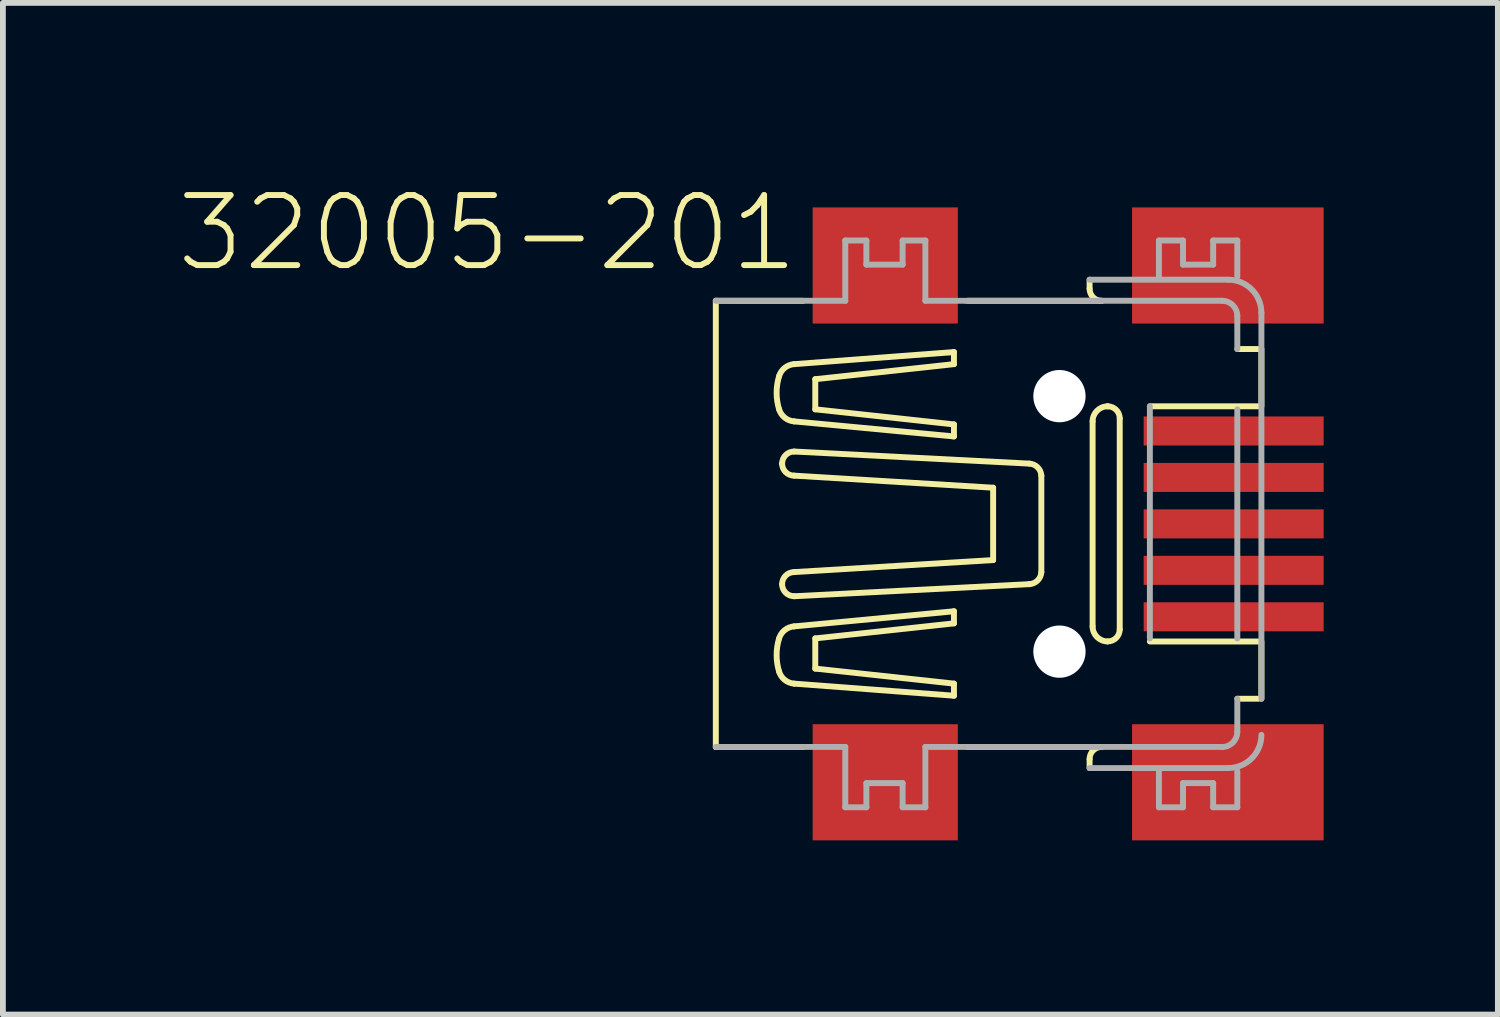
<source format=kicad_pcb>
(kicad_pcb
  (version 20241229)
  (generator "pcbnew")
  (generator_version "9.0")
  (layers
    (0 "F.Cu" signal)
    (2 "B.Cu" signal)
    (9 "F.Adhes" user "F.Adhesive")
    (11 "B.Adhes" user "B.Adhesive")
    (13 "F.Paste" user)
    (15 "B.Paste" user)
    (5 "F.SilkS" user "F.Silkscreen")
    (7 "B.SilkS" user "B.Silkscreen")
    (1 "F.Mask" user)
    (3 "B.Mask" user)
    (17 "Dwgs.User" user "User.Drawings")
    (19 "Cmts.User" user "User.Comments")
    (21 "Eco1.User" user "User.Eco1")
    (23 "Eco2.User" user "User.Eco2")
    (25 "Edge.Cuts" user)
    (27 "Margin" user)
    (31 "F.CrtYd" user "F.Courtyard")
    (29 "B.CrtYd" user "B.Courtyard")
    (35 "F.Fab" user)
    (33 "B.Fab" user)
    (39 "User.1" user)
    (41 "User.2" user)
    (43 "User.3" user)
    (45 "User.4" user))
  (footprint "32005-201"
    (layer "F.Cu")
    (at 15.195 5.972)
    (property "Reference" "32005-201" (at -4.445 -5.715 0) (layer "F.SilkS") (effects (font (size 1.206 1.206) (thickness 0.102)) (justify right top)))
    (attr through_hole)
    (fp_line (start -5.918 -3.842) (end -4.415 -3.841) (stroke (width 0.102) (type solid)) (layer "F.SilkS"))
    (fp_line (start -5.918 3.841) (end -5.918 -3.842) (stroke (width 0.102) (type solid)) (layer "F.SilkS"))
    (fp_line (start -5.918 3.841) (end -4.415 3.841) (stroke (width 0.102) (type solid)) (layer "F.SilkS"))
    (fp_line (start -5.918 3.841) (end -5.918 3.841) (stroke (width 0.102) (type solid)) (layer "F.SilkS"))
    (fp_line (start -4.776 -1.038) (end -4.776 -1.038) (stroke (width 0.102) (type solid)) (layer "F.SilkS"))
    (fp_line (start -4.569 -1.765) (end -1.817 -1.506) (stroke (width 0.102) (type solid)) (layer "F.SilkS"))
    (fp_line (start -4.569 -0.831) (end -1.142 -0.623) (stroke (width 0.102) (type solid)) (layer "F.SilkS"))
    (fp_line (start -4.569 0.83) (end -1.142 0.623) (stroke (width 0.102) (type solid)) (layer "F.SilkS"))
    (fp_line (start -4.569 1.765) (end -1.817 1.505) (stroke (width 0.102) (type solid)) (layer "F.SilkS"))
    (fp_line (start -4.568 -1.246) (end -0.519 -1.038) (stroke (width 0.102) (type solid)) (layer "F.SilkS"))
    (fp_line (start -4.568 1.246) (end -0.519 1.038) (stroke (width 0.102) (type solid)) (layer "F.SilkS"))
    (fp_line (start -4.205 -2.492) (end -1.817 -2.751) (stroke (width 0.102) (type solid)) (layer "F.SilkS"))
    (fp_line (start -4.205 -1.973) (end -4.205 -2.492) (stroke (width 0.102) (type solid)) (layer "F.SilkS"))
    (fp_line (start -4.205 1.972) (end -4.205 2.492) (stroke (width 0.102) (type solid)) (layer "F.SilkS"))
    (fp_line (start -4.205 2.492) (end -1.817 2.751) (stroke (width 0.102) (type solid)) (layer "F.SilkS"))
    (fp_line (start -1.817 -2.959) (end -4.569 -2.751) (stroke (width 0.102) (type solid)) (layer "F.SilkS"))
    (fp_line (start -1.817 -2.751) (end -1.817 -2.959) (stroke (width 0.102) (type solid)) (layer "F.SilkS"))
    (fp_line (start -1.817 -1.713) (end -4.205 -1.973) (stroke (width 0.102) (type solid)) (layer "F.SilkS"))
    (fp_line (start -1.817 -1.506) (end -1.817 -1.713) (stroke (width 0.102) (type solid)) (layer "F.SilkS"))
    (fp_line (start -1.817 1.505) (end -1.817 1.713) (stroke (width 0.102) (type solid)) (layer "F.SilkS"))
    (fp_line (start -1.817 1.713) (end -4.205 1.972) (stroke (width 0.102) (type solid)) (layer "F.SilkS"))
    (fp_line (start -1.817 2.751) (end -1.817 2.959) (stroke (width 0.102) (type solid)) (layer "F.SilkS"))
    (fp_line (start -1.817 2.959) (end -4.569 2.751) (stroke (width 0.102) (type solid)) (layer "F.SilkS"))
    (fp_line (start -1.583 3.841) (end 0.727 3.841) (stroke (width 0.102) (type solid)) (layer "F.SilkS"))
    (fp_line (start -1.583 -3.842) (end 0.727 -3.842) (stroke (width 0.102) (type solid)) (layer "F.SilkS"))
    (fp_line (start -1.142 0.623) (end -1.142 -0.623) (stroke (width 0.102) (type solid)) (layer "F.SilkS"))
    (fp_line (start -0.312 0.83) (end -0.312 -0.831) (stroke (width 0.102) (type solid)) (layer "F.SilkS"))
    (fp_line (start 0.519 -4.049) (end 0.519 -4.205) (stroke (width 0.102) (type solid)) (layer "F.SilkS"))
    (fp_line (start 0.519 4.049) (end 0.519 4.205) (stroke (width 0.102) (type solid)) (layer "F.SilkS"))
    (fp_line (start 0.571 -1.765) (end 0.571 1.765) (stroke (width 0.102) (type solid)) (layer "F.SilkS"))
    (fp_line (start 0.831 -2.025) (end 0.83 -2.025) (stroke (width 0.102) (type solid)) (layer "F.SilkS"))
    (fp_line (start 1.038 1.817) (end 1.038 -1.817) (stroke (width 0.102) (type solid)) (layer "F.SilkS"))
    (fp_line (start 1.557 -2.025) (end 3.426 -2.025) (stroke (width 0.102) (type solid)) (layer "F.SilkS"))
    (fp_line (start 1.557 2.025) (end 3.426 2.025) (stroke (width 0.102) (type solid)) (layer "F.SilkS"))
    (fp_line (start 3.063 -3.011) (end 3.426 -3.011) (stroke (width 0.102) (type solid)) (layer "F.SilkS"))
    (fp_line (start 3.063 3.011) (end 3.426 3.011) (stroke (width 0.102) (type solid)) (layer "F.SilkS"))
    (fp_line (start 3.478 2.025) (end 3.478 3.011) (stroke (width 0.102) (type solid)) (layer "F.SilkS"))
    (fp_line (start 3.478 -3.011) (end 3.478 -2.025) (stroke (width 0.102) (type solid)) (layer "F.SilkS"))
    (fp_arc (start -4.828 -2.5438) (mid -4.730297 -2.687659) (end -4.5685 -2.7514) (stroke (width 0.1016) (type solid)) (layer "F.SilkS"))
    (fp_arc (start -4.828 -1.9727) (mid -4.870802 -2.25825) (end -4.828 -2.5438) (stroke (width 0.1016) (type solid)) (layer "F.SilkS"))
    (fp_arc (start -4.828 1.9725) (mid -4.730298 1.828641) (end -4.568501 1.764899) (stroke (width 0.1016) (type solid)) (layer "F.SilkS"))
    (fp_arc (start -4.828 2.5436) (mid -4.870802 2.25805) (end -4.828 1.9725) (stroke (width 0.1016) (type solid)) (layer "F.SilkS"))
    (fp_arc (start -4.7761 -1.0383) (mid -4.715295 -1.185095) (end -4.5685 -1.2459) (stroke (width 0.1016) (type solid)) (layer "F.SilkS"))
    (fp_arc (start -4.7761 1.038) (mid -4.715295 0.891205) (end -4.5685 0.8304) (stroke (width 0.1016) (type solid)) (layer "F.SilkS"))
    (fp_arc (start -4.568501 -1.765099) (mid -4.730298 -1.828841) (end -4.828 -1.9727) (stroke (width 0.1016) (type solid)) (layer "F.SilkS"))
    (fp_arc (start -4.5685 -0.8306) (mid -4.715295 -0.891405) (end -4.7761 -1.0382) (stroke (width 0.1016) (type solid)) (layer "F.SilkS"))
    (fp_arc (start -4.5685 1.2457) (mid -4.715295 1.184895) (end -4.7761 1.0381) (stroke (width 0.1016) (type solid)) (layer "F.SilkS"))
    (fp_arc (start -4.5685 2.7512) (mid -4.730297 2.687459) (end -4.828 2.5436) (stroke (width 0.1016) (type solid)) (layer "F.SilkS"))
    (fp_arc (start -0.5192 -1.0383) (mid -0.375653 -0.974177) (end -0.311598 -0.8306) (stroke (width 0.1016) (type solid)) (layer "F.SilkS"))
    (fp_arc (start -0.311599 0.830399) (mid -0.375679 0.973951) (end -0.5192 1.0381) (stroke (width 0.1016) (type solid)) (layer "F.SilkS"))
    (fp_arc (start 0.519 4.049) (mid 0.579805 3.902205) (end 0.7266 3.8414) (stroke (width 0.1016) (type solid)) (layer "F.SilkS"))
    (fp_arc (start 0.570899 -1.765099) (mid 0.646934 -1.948565) (end 0.8304 -2.0246) (stroke (width 0.1016) (type solid)) (layer "F.SilkS"))
    (fp_arc (start 0.7266 -3.8416) (mid 0.579805 -3.902405) (end 0.519 -4.0492) (stroke (width 0.1016) (type solid)) (layer "F.SilkS"))
    (fp_arc (start 0.8304 2.0244) (mid 0.646993 1.948306) (end 0.570899 1.764899) (stroke (width 0.1016) (type solid)) (layer "F.SilkS"))
    (fp_arc (start 0.8305 -2.0246) (mid 0.977325 -1.963825) (end 1.0381 -1.817) (stroke (width 0.1016) (type solid)) (layer "F.SilkS"))
    (fp_arc (start 1.0381 1.8168) (mid 0.977325 1.963625) (end 0.8305 2.0244) (stroke (width 0.1016) (type solid)) (layer "F.SilkS"))
    (fp_line (start -5.918 -3.842) (end -3.688 -3.842) (stroke (width 0.102) (type solid)) (layer "F.Fab"))
    (fp_line (start -5.918 3.841) (end -3.688 3.841) (stroke (width 0.102) (type solid)) (layer "F.Fab"))
    (fp_line (start -3.688 -4.88) (end -3.325 -4.88) (stroke (width 0.102) (type solid)) (layer "F.Fab"))
    (fp_line (start -3.688 -3.842) (end -3.688 -4.88) (stroke (width 0.102) (type solid)) (layer "F.Fab"))
    (fp_line (start -3.688 3.841) (end -3.688 4.88) (stroke (width 0.102) (type solid)) (layer "F.Fab"))
    (fp_line (start -3.688 4.88) (end -3.325 4.88) (stroke (width 0.102) (type solid)) (layer "F.Fab"))
    (fp_line (start -3.325 -4.88) (end -3.325 -4.465) (stroke (width 0.102) (type solid)) (layer "F.Fab"))
    (fp_line (start -3.325 -4.465) (end -2.701 -4.465) (stroke (width 0.102) (type solid)) (layer "F.Fab"))
    (fp_line (start -3.325 4.464) (end -2.701 4.464) (stroke (width 0.102) (type solid)) (layer "F.Fab"))
    (fp_line (start -3.325 4.88) (end -3.325 4.464) (stroke (width 0.102) (type solid)) (layer "F.Fab"))
    (fp_line (start -2.701 -4.88) (end -2.309 -4.88) (stroke (width 0.102) (type solid)) (layer "F.Fab"))
    (fp_line (start -2.701 -4.465) (end -2.701 -4.88) (stroke (width 0.102) (type solid)) (layer "F.Fab"))
    (fp_line (start -2.701 4.464) (end -2.701 4.88) (stroke (width 0.102) (type solid)) (layer "F.Fab"))
    (fp_line (start -2.701 4.88) (end -2.309 4.88) (stroke (width 0.102) (type solid)) (layer "F.Fab"))
    (fp_line (start -2.309 -4.88) (end -2.309 -3.842) (stroke (width 0.102) (type solid)) (layer "F.Fab"))
    (fp_line (start -2.309 -3.842) (end 0.727 -3.841) (stroke (width 0.102) (type solid)) (layer "F.Fab"))
    (fp_line (start -2.309 3.841) (end 2.803 3.841) (stroke (width 0.102) (type solid)) (layer "F.Fab"))
    (fp_line (start -2.309 4.88) (end -2.309 3.841) (stroke (width 0.102) (type solid)) (layer "F.Fab"))
    (fp_line (start 0.519 -4.205) (end 2.907 -4.205) (stroke (width 0.102) (type solid)) (layer "F.Fab"))
    (fp_line (start 0.519 4.205) (end 2.907 4.205) (stroke (width 0.102) (type solid)) (layer "F.Fab"))
    (fp_line (start 1.557 1.972) (end 1.557 -2.025) (stroke (width 0.102) (type solid)) (layer "F.Fab"))
    (fp_line (start 1.713 -4.88) (end 2.128 -4.88) (stroke (width 0.102) (type solid)) (layer "F.Fab"))
    (fp_line (start 1.713 -4.257) (end 1.713 -4.88) (stroke (width 0.102) (type solid)) (layer "F.Fab"))
    (fp_line (start 1.713 4.257) (end 1.713 4.88) (stroke (width 0.102) (type solid)) (layer "F.Fab"))
    (fp_line (start 1.713 4.88) (end 2.128 4.88) (stroke (width 0.102) (type solid)) (layer "F.Fab"))
    (fp_line (start 2.128 -4.88) (end 2.128 -4.465) (stroke (width 0.102) (type solid)) (layer "F.Fab"))
    (fp_line (start 2.128 -4.465) (end 2.647 -4.465) (stroke (width 0.102) (type solid)) (layer "F.Fab"))
    (fp_line (start 2.128 4.464) (end 2.647 4.464) (stroke (width 0.102) (type solid)) (layer "F.Fab"))
    (fp_line (start 2.128 4.88) (end 2.128 4.464) (stroke (width 0.102) (type solid)) (layer "F.Fab"))
    (fp_line (start 2.647 -4.88) (end 3.063 -4.88) (stroke (width 0.102) (type solid)) (layer "F.Fab"))
    (fp_line (start 2.647 -4.465) (end 2.647 -4.88) (stroke (width 0.102) (type solid)) (layer "F.Fab"))
    (fp_line (start 2.647 4.464) (end 2.647 4.88) (stroke (width 0.102) (type solid)) (layer "F.Fab"))
    (fp_line (start 2.647 4.88) (end 3.063 4.88) (stroke (width 0.102) (type solid)) (layer "F.Fab"))
    (fp_line (start 2.803 -3.842) (end 0.727 -3.842) (stroke (width 0.102) (type solid)) (layer "F.Fab"))
    (fp_line (start 3.063 -4.88) (end 3.063 -4.257) (stroke (width 0.102) (type solid)) (layer "F.Fab"))
    (fp_line (start 3.063 -3.582) (end 3.063 -3.011) (stroke (width 0.102) (type solid)) (layer "F.Fab"))
    (fp_line (start 3.063 1.973) (end 3.063 -1.973) (stroke (width 0.102) (type solid)) (layer "F.Fab"))
    (fp_line (start 3.063 3.582) (end 3.063 3.011) (stroke (width 0.102) (type solid)) (layer "F.Fab"))
    (fp_line (start 3.063 4.88) (end 3.063 4.257) (stroke (width 0.102) (type solid)) (layer "F.Fab"))
    (fp_line (start 3.478 -3.634) (end 3.478 3.011) (stroke (width 0.102) (type solid)) (layer "F.Fab"))
    (fp_arc (start 2.8032 -3.8416) (mid 2.986694 -3.765594) (end 3.0627 -3.5821) (stroke (width 0.1016) (type solid)) (layer "F.Fab"))
    (fp_arc (start 2.907 -4.205) (mid 3.310829 -4.037729) (end 3.4781 -3.6339) (stroke (width 0.1016) (type solid)) (layer "F.Fab"))
    (fp_arc (start 3.0627 3.5819) (mid 2.986724 3.765424) (end 2.8032 3.8414) (stroke (width 0.1016) (type solid)) (layer "F.Fab"))
    (fp_arc (start 3.4781 3.6337) (mid 3.310858 4.037558) (end 2.907 4.2048) (stroke (width 0.1016) (type solid)) (layer "F.Fab"))
    (pad "" np_thru_hole circle (at 0 -2.2) (size 0.9 0.9) (drill 0.9) (layers "*.Cu"))
    (pad "" np_thru_hole circle (at 0 2.2) (size 0.9 0.9) (drill 0.9) (layers "*.Cu"))
    (pad "1" smd rect (at 3 -1.6) (size 3.1 0.5) (layers "F.Cu" "F.Mask" "F.Paste"))
    (pad "2" smd rect (at 3 -0.8) (size 3.1 0.5) (layers "F.Cu" "F.Mask" "F.Paste"))
    (pad "3" smd rect (at 3 0) (size 3.1 0.5) (layers "F.Cu" "F.Mask" "F.Paste"))
    (pad "4" smd rect (at 3 0.8) (size 3.1 0.5) (layers "F.Cu" "F.Mask" "F.Paste"))
    (pad "5" smd rect (at 3 1.6) (size 3.1 0.5) (layers "F.Cu" "F.Mask" "F.Paste"))
    (pad "6" smd rect (at -3 -4.45) (size 2.5 2) (layers "F.Cu" "F.Mask" "F.Paste"))
    (pad "6" smd rect (at -3 4.45) (size 2.5 2) (layers "F.Cu" "F.Mask" "F.Paste"))
    (pad "6" smd rect (at 2.9 -4.45) (size 3.3 2) (layers "F.Cu" "F.Mask" "F.Paste"))
    (pad "6" smd rect (at 2.9 4.45) (size 3.3 2) (layers "F.Cu" "F.Mask" "F.Paste")))
  (gr_rect
    (start -3 -3)
    (end 22.745 14.422)
    (stroke (width 0.1) (type default))
    (fill no)
    (layer "Edge.Cuts")))
</source>
